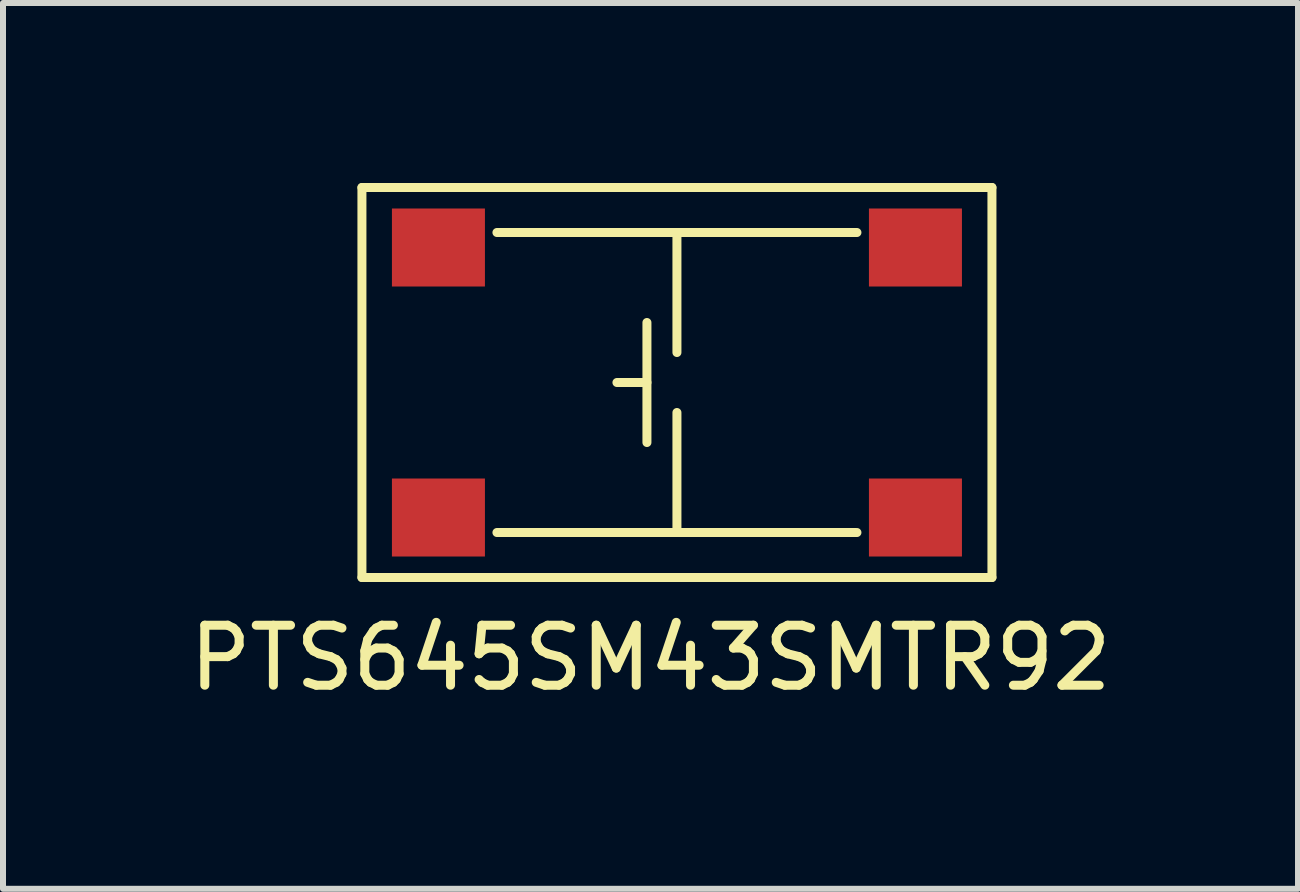
<source format=kicad_pcb>
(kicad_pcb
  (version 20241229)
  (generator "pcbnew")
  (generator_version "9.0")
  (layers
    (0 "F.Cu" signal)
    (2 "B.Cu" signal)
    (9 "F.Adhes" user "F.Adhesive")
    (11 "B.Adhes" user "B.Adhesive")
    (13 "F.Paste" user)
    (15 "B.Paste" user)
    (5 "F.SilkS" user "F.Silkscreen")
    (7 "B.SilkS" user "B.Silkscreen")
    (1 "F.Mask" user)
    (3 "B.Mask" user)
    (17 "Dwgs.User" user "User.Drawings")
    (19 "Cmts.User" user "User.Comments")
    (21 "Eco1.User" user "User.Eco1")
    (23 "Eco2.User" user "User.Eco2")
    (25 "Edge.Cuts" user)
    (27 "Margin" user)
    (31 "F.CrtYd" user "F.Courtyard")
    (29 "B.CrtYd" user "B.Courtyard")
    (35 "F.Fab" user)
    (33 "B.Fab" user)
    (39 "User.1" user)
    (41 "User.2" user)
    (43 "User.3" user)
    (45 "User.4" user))
  (footprint "PTS645SM43SMTR92"
    (layer "F.Cu")
    (at 8.232 3.325)
    (property "Reference" "PTS645SM43SMTR92" (at -0.44 4.59 0) (layer "F.SilkS") (effects (font (size 1 1) (thickness 0.15))))
    (attr through_hole)
    (fp_line (start -5.25 -3.25) (end 5.25 -3.25) (stroke (width 0.15) (type solid)) (layer "F.SilkS"))
    (fp_line (start -5.25 3.25) (end -5.25 -3.25) (stroke (width 0.15) (type solid)) (layer "F.SilkS"))
    (fp_line (start -3 -2.5) (end 3 -2.5) (stroke (width 0.15) (type solid)) (layer "F.SilkS"))
    (fp_line (start -3 2.5) (end 3 2.5) (stroke (width 0.15) (type solid)) (layer "F.SilkS"))
    (fp_line (start -1 0) (end -0.5 0) (stroke (width 0.15) (type solid)) (layer "F.SilkS"))
    (fp_line (start -0.5 -1) (end -0.5 1) (stroke (width 0.15) (type solid)) (layer "F.SilkS"))
    (fp_line (start 0 -2.5) (end 0 -0.5) (stroke (width 0.15) (type solid)) (layer "F.SilkS"))
    (fp_line (start 0 2.5) (end 0 0.5) (stroke (width 0.15) (type solid)) (layer "F.SilkS"))
    (fp_line (start 5.25 -3.25) (end 5.25 3.25) (stroke (width 0.15) (type solid)) (layer "F.SilkS"))
    (fp_line (start 5.25 3.25) (end -5.25 3.25) (stroke (width 0.15) (type solid)) (layer "F.SilkS"))
    (pad "1" smd rect (at -3.975 -2.25) (size 1.55 1.3) (layers "F.Cu" "F.Mask" "F.Paste"))
    (pad "1" smd rect (at 3.975 -2.25) (size 1.55 1.3) (layers "F.Cu" "F.Mask" "F.Paste"))
    (pad "2" smd rect (at -3.975 2.25) (size 1.55 1.3) (layers "F.Cu" "F.Mask" "F.Paste"))
    (pad "2" smd rect (at 3.975 2.25) (size 1.55 1.3) (layers "F.Cu" "F.Mask" "F.Paste")))
  (gr_rect
    (start -3 -3)
    (end 18.583 11.763)
    (stroke (width 0.1) (type default))
    (fill no)
    (layer "Edge.Cuts")))
</source>
